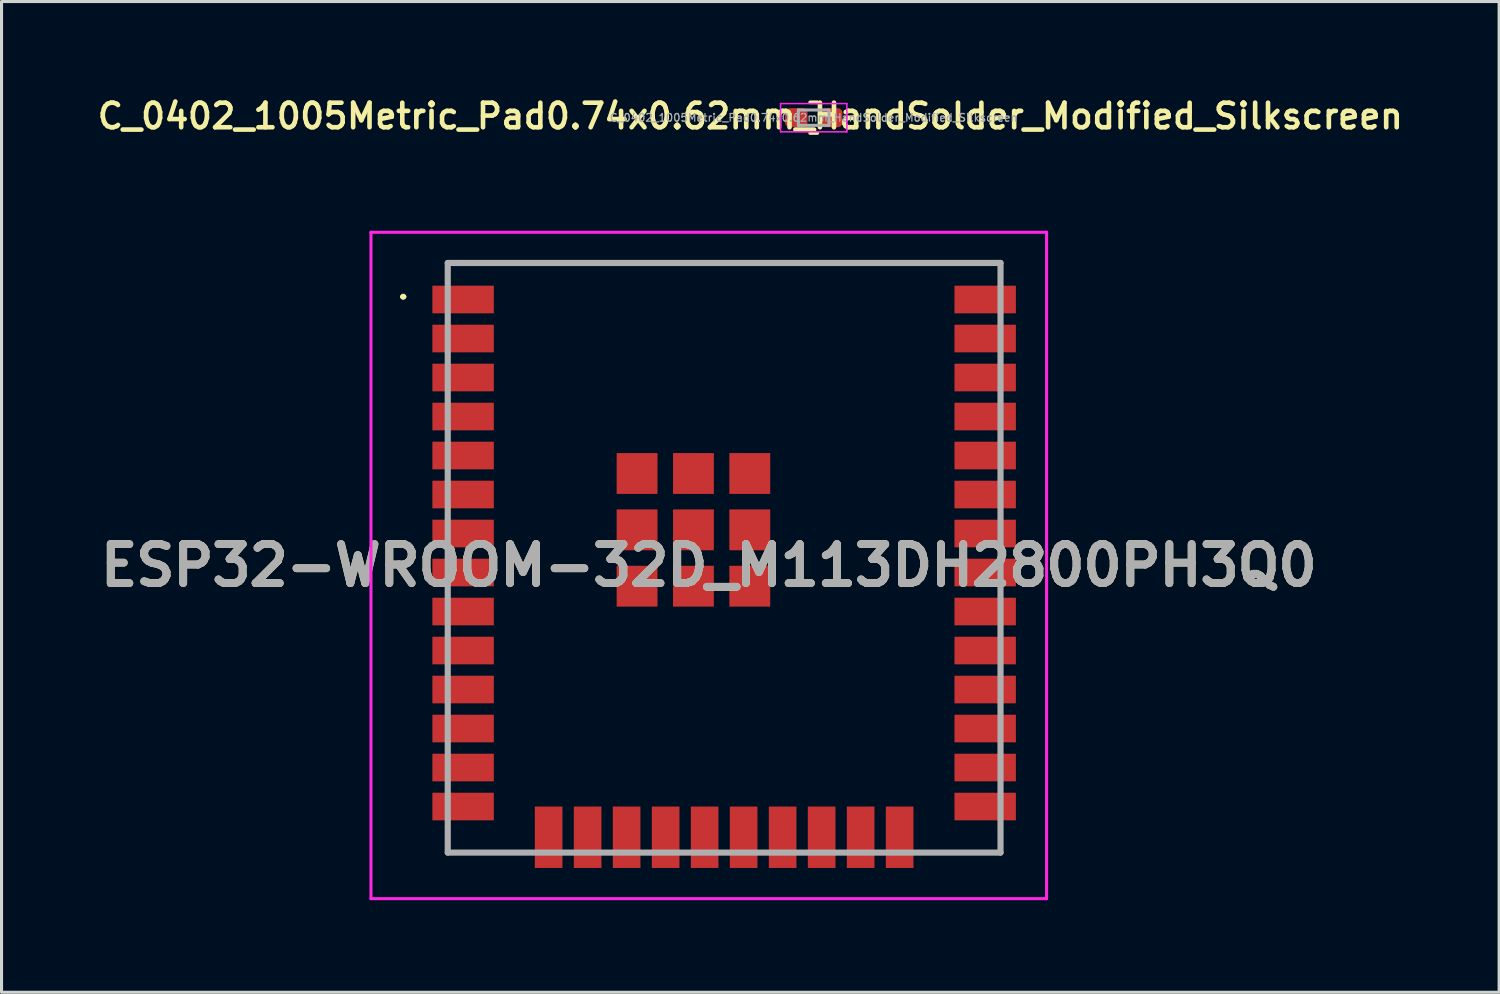
<source format=kicad_pcb>
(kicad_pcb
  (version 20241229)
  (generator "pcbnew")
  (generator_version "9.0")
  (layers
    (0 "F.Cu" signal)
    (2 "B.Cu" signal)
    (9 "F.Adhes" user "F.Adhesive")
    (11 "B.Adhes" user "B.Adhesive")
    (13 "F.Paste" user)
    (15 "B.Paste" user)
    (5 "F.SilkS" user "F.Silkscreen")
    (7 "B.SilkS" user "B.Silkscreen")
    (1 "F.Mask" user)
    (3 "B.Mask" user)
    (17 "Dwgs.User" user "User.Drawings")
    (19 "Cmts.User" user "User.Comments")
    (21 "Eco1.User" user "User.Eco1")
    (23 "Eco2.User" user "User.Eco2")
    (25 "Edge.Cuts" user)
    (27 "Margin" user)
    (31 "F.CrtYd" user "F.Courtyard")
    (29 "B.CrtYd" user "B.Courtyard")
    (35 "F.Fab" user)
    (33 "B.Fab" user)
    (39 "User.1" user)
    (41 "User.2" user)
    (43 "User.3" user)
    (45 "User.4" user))
  (footprint "ESP32-WROOM-32D_M113DH2800PH3Q0"
    (layer "F.Cu")
    (at 20.53 15.113)
    (property "Reference" "ESP32-WROOM-32D_M113DH2800PH3Q0" (at -0.5 0.25 0) (layer "F.SilkS") (effects (font (size 1.27 1.27) (thickness 0.254))))
    (attr smd)
    (fp_line (start -10.5 -8.5) (end -10.5 -8.5) (stroke (width 0.1) (type solid)) (layer "F.SilkS"))
    (fp_line (start -10.4 -8.5) (end -10.4 -8.5) (stroke (width 0.1) (type solid)) (layer "F.SilkS"))
    (fp_line (start -9 -9.6) (end 9 -9.6) (stroke (width 0.1) (type solid)) (layer "F.SilkS"))
    (fp_line (start -9 9) (end -9 9.6) (stroke (width 0.1) (type solid)) (layer "F.SilkS"))
    (fp_line (start -9 9.6) (end -6.5 9.6) (stroke (width 0.1) (type solid)) (layer "F.SilkS"))
    (fp_line (start 6.5 9.6) (end 9 9.6) (stroke (width 0.1) (type solid)) (layer "F.SilkS"))
    (fp_line (start 9 9.6) (end 9 9) (stroke (width 0.1) (type solid)) (layer "F.SilkS"))
    (fp_arc (start -10.5 -8.5) (mid -10.45 -8.55) (end -10.4 -8.5) (stroke (width 0.1) (type solid)) (layer "F.SilkS"))
    (fp_arc (start -10.4 -8.5) (mid -10.45 -8.45) (end -10.5 -8.5) (stroke (width 0.1) (type solid)) (layer "F.SilkS"))
    (fp_line (start -11.5 -10.6) (end 10.5 -10.6) (stroke (width 0.1) (type solid)) (layer "F.CrtYd"))
    (fp_line (start -11.5 11.1) (end -11.5 -10.6) (stroke (width 0.1) (type solid)) (layer "F.CrtYd"))
    (fp_line (start 10.5 -10.6) (end 10.5 11.1) (stroke (width 0.1) (type solid)) (layer "F.CrtYd"))
    (fp_line (start 10.5 11.1) (end -11.5 11.1) (stroke (width 0.1) (type solid)) (layer "F.CrtYd"))
    (fp_line (start -9 -9.6) (end 9 -9.6) (stroke (width 0.2) (type solid)) (layer "F.Fab"))
    (fp_line (start -9 9.6) (end -9 -9.6) (stroke (width 0.2) (type solid)) (layer "F.Fab"))
    (fp_line (start 9 -9.6) (end 9 9.6) (stroke (width 0.2) (type solid)) (layer "F.Fab"))
    (fp_line (start 9 9.6) (end -9 9.6) (stroke (width 0.2) (type solid)) (layer "F.Fab"))
    (fp_text user "${REFERENCE}" (at -0.5 0.25 0) (layer "F.Fab") (effects (font (size 1.27 1.27) (thickness 0.254))))
    (pad "1" smd rect (at -8.5 -8.41 90) (size 0.9 2) (layers "F.Cu" "F.Mask" "F.Paste"))
    (pad "2" smd rect (at -8.5 -7.14 90) (size 0.9 2) (layers "F.Cu" "F.Mask" "F.Paste"))
    (pad "3" smd rect (at -8.5 -5.87 90) (size 0.9 2) (layers "F.Cu" "F.Mask" "F.Paste"))
    (pad "4" smd rect (at -8.5 -4.6 90) (size 0.9 2) (layers "F.Cu" "F.Mask" "F.Paste"))
    (pad "5" smd rect (at -8.5 -3.33 90) (size 0.9 2) (layers "F.Cu" "F.Mask" "F.Paste"))
    (pad "6" smd rect (at -8.5 -2.06 90) (size 0.9 2) (layers "F.Cu" "F.Mask" "F.Paste"))
    (pad "7" smd rect (at -8.5 -0.79 90) (size 0.9 2) (layers "F.Cu" "F.Mask" "F.Paste"))
    (pad "8" smd rect (at -8.5 0.48 90) (size 0.9 2) (layers "F.Cu" "F.Mask" "F.Paste"))
    (pad "9" smd rect (at -8.5 1.75 90) (size 0.9 2) (layers "F.Cu" "F.Mask" "F.Paste"))
    (pad "10" smd rect (at -8.5 3.02 90) (size 0.9 2) (layers "F.Cu" "F.Mask" "F.Paste"))
    (pad "11" smd rect (at -8.5 4.29 90) (size 0.9 2) (layers "F.Cu" "F.Mask" "F.Paste"))
    (pad "12" smd rect (at -8.5 5.56 90) (size 0.9 2) (layers "F.Cu" "F.Mask" "F.Paste"))
    (pad "13" smd rect (at -8.5 6.83 90) (size 0.9 2) (layers "F.Cu" "F.Mask" "F.Paste"))
    (pad "14" smd rect (at -8.5 8.1 90) (size 0.9 2) (layers "F.Cu" "F.Mask" "F.Paste"))
    (pad "15" smd rect (at -5.715 9.1) (size 0.9 2) (layers "F.Cu" "F.Mask" "F.Paste"))
    (pad "16" smd rect (at -4.445 9.1) (size 0.9 2) (layers "F.Cu" "F.Mask" "F.Paste"))
    (pad "17" smd rect (at -3.175 9.1) (size 0.9 2) (layers "F.Cu" "F.Mask" "F.Paste"))
    (pad "18" smd rect (at -1.905 9.1) (size 0.9 2) (layers "F.Cu" "F.Mask" "F.Paste"))
    (pad "19" smd rect (at -0.635 9.1) (size 0.9 2) (layers "F.Cu" "F.Mask" "F.Paste"))
    (pad "20" smd rect (at 0.635 9.1) (size 0.9 2) (layers "F.Cu" "F.Mask" "F.Paste"))
    (pad "21" smd rect (at 1.905 9.1) (size 0.9 2) (layers "F.Cu" "F.Mask" "F.Paste"))
    (pad "22" smd rect (at 3.175 9.1) (size 0.9 2) (layers "F.Cu" "F.Mask" "F.Paste"))
    (pad "23" smd rect (at 4.445 9.1) (size 0.9 2) (layers "F.Cu" "F.Mask" "F.Paste"))
    (pad "24" smd rect (at 5.715 9.1) (size 0.9 2) (layers "F.Cu" "F.Mask" "F.Paste"))
    (pad "25" smd rect (at 8.5 8.1 90) (size 0.9 2) (layers "F.Cu" "F.Mask" "F.Paste"))
    (pad "26" smd rect (at 8.5 6.83 90) (size 0.9 2) (layers "F.Cu" "F.Mask" "F.Paste"))
    (pad "27" smd rect (at 8.5 5.56 90) (size 0.9 2) (layers "F.Cu" "F.Mask" "F.Paste"))
    (pad "28" smd rect (at 8.5 4.29 90) (size 0.9 2) (layers "F.Cu" "F.Mask" "F.Paste"))
    (pad "29" smd rect (at 8.5 3.02 90) (size 0.9 2) (layers "F.Cu" "F.Mask" "F.Paste"))
    (pad "30" smd rect (at 8.5 1.75 90) (size 0.9 2) (layers "F.Cu" "F.Mask" "F.Paste"))
    (pad "31" smd rect (at 8.5 0.48 90) (size 0.9 2) (layers "F.Cu" "F.Mask" "F.Paste"))
    (pad "32" smd rect (at 8.5 -0.79 90) (size 0.9 2) (layers "F.Cu" "F.Mask" "F.Paste"))
    (pad "33" smd rect (at 8.5 -2.06 90) (size 0.9 2) (layers "F.Cu" "F.Mask" "F.Paste"))
    (pad "34" smd rect (at 8.5 -3.33 90) (size 0.9 2) (layers "F.Cu" "F.Mask" "F.Paste"))
    (pad "35" smd rect (at 8.5 -4.6 90) (size 0.9 2) (layers "F.Cu" "F.Mask" "F.Paste"))
    (pad "36" smd rect (at 8.5 -5.87 90) (size 0.9 2) (layers "F.Cu" "F.Mask" "F.Paste"))
    (pad "37" smd rect (at 8.5 -7.14 90) (size 0.9 2) (layers "F.Cu" "F.Mask" "F.Paste"))
    (pad "38" smd rect (at 8.5 -8.41 90) (size 0.9 2) (layers "F.Cu" "F.Mask" "F.Paste"))
    (pad "39" smd rect (at -2.835 -2.745) (size 1.33 1.33) (layers "F.Cu" "F.Mask" "F.Paste"))
    (pad "40" smd rect (at -1 -2.745) (size 1.33 1.33) (layers "F.Cu" "F.Mask" "F.Paste"))
    (pad "41" smd rect (at 0.835 -2.745) (size 1.33 1.33) (layers "F.Cu" "F.Mask" "F.Paste"))
    (pad "42" smd rect (at -2.835 -0.91) (size 1.33 1.33) (layers "F.Cu" "F.Mask" "F.Paste"))
    (pad "43" smd rect (at -1 -0.91) (size 1.33 1.33) (layers "F.Cu" "F.Mask" "F.Paste"))
    (pad "44" smd rect (at 0.835 -0.91) (size 1.33 1.33) (layers "F.Cu" "F.Mask" "F.Paste"))
    (pad "45" smd rect (at -2.835 0.925) (size 1.33 1.33) (layers "F.Cu" "F.Mask" "F.Paste"))
    (pad "46" smd rect (at -1 0.925) (size 1.33 1.33) (layers "F.Cu" "F.Mask" "F.Paste"))
    (pad "47" smd rect (at 0.835 0.925) (size 1.33 1.33) (layers "F.Cu" "F.Mask" "F.Paste")))
  (footprint "C_0402_1005Metric_Pad0.74x0.62mm_HandSolder_Modified_Silkscreen"
    (layer "F.Cu")
    (at 23.447 0.782)
    (property "Reference" "C_0402_1005Metric_Pad0.74x0.62mm_HandSolder_Modified_Silkscreen" (at -2.064 -0.051 0) (layer "F.SilkS") (effects (font (size 0.8 0.8) (thickness 0.15))))
    (attr smd)
    (fp_line (start -0.116 -0.5) (end 0.116 -0.5) (stroke (width 0.12) (type solid)) (layer "F.SilkS"))
    (fp_line (start -0.116 0.5) (end 0.116 0.5) (stroke (width 0.12) (type solid)) (layer "F.SilkS"))
    (fp_line (start -1.08 -0.46) (end 1.08 -0.46) (stroke (width 0.05) (type solid)) (layer "F.CrtYd"))
    (fp_line (start -1.08 0.46) (end -1.08 -0.46) (stroke (width 0.05) (type solid)) (layer "F.CrtYd"))
    (fp_line (start 1.08 -0.46) (end 1.08 0.46) (stroke (width 0.05) (type solid)) (layer "F.CrtYd"))
    (fp_line (start 1.08 0.46) (end -1.08 0.46) (stroke (width 0.05) (type solid)) (layer "F.CrtYd"))
    (fp_line (start -0.5 -0.25) (end 0.5 -0.25) (stroke (width 0.1) (type solid)) (layer "F.Fab"))
    (fp_line (start -0.5 0.25) (end -0.5 -0.25) (stroke (width 0.1) (type solid)) (layer "F.Fab"))
    (fp_line (start 0.5 -0.25) (end 0.5 0.25) (stroke (width 0.1) (type solid)) (layer "F.Fab"))
    (fp_line (start 0.5 0.25) (end -0.5 0.25) (stroke (width 0.1) (type solid)) (layer "F.Fab"))
    (fp_text user "${REFERENCE}" (at 0 0 0) (layer "F.Fab") (effects (font (size 0.25 0.25) (thickness 0.04))))
    (pad "1" smd roundrect (at -0.568 0) (size 0.735 0.62) (layers "F.Cu" "F.Mask" "F.Paste") (roundrect_rratio 0.25))
    (pad "2" smd roundrect (at 0.568 0) (size 0.735 0.62) (layers "F.Cu" "F.Mask" "F.Paste") (roundrect_rratio 0.25)))
  (gr_rect
    (start -3 -3)
    (end 45.766 29.262)
    (stroke (width 0.1) (type default))
    (fill no)
    (layer "Edge.Cuts")))
</source>
